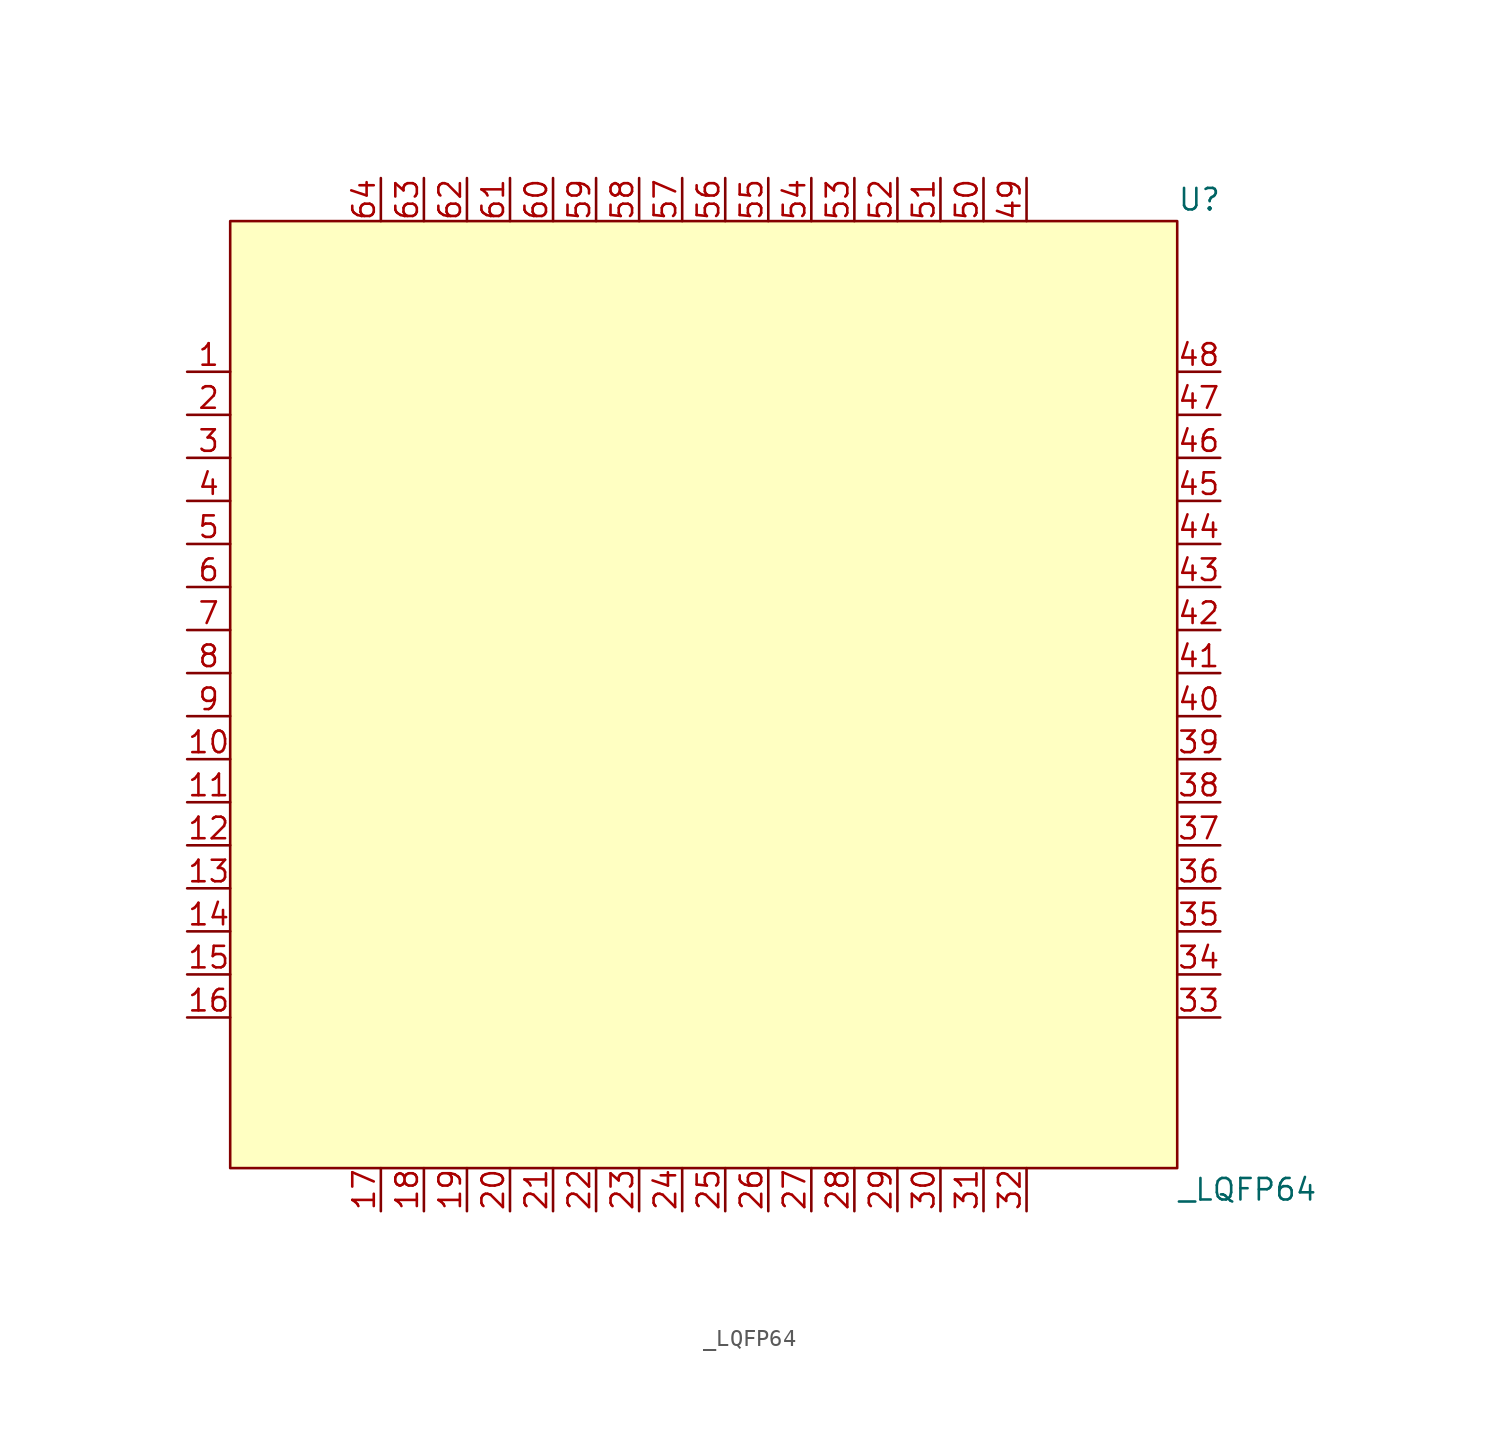
<source format=kicad_sym>
(kicad_symbol_lib
  (version 20241209)
  (generator "kicad_symbol_editor")
  (generator_version "9.0")
  (symbol "_LQFP64"
    (property "Reference" "U"
      (at 27.94 29.21 0)
      (effects (font (size 1.27 1.27)) (justify left)))
    (property "Value" "_LQFP64"
      (at 27.94 -29.21 0)
      (effects (font (size 1.27 1.27)) (justify left)))
    (symbol "_LQFP64_0_0"
      (pin unspecified line (at -30.48 19.05 0) (length 2.54) (name "" (effects (font (size 1.27 1.27)))) (number "1" (effects (font (size 1.27 1.27)))))
      (pin unspecified line (at -30.48 16.51 0) (length 2.54) (name "" (effects (font (size 1.27 1.27)))) (number "2" (effects (font (size 1.27 1.27)))))
      (pin unspecified line (at -30.48 13.97 0) (length 2.54) (name "" (effects (font (size 1.27 1.27)))) (number "3" (effects (font (size 1.27 1.27)))))
      (pin unspecified line (at -30.48 11.43 0) (length 2.54) (name "" (effects (font (size 1.27 1.27)))) (number "4" (effects (font (size 1.27 1.27)))))
      (pin unspecified line (at -30.48 8.89 0) (length 2.54) (name "" (effects (font (size 1.27 1.27)))) (number "5" (effects (font (size 1.27 1.27)))))
      (pin unspecified line (at -30.48 6.35 0) (length 2.54) (name "" (effects (font (size 1.27 1.27)))) (number "6" (effects (font (size 1.27 1.27)))))
      (pin unspecified line (at -30.48 3.81 0) (length 2.54) (name "" (effects (font (size 1.27 1.27)))) (number "7" (effects (font (size 1.27 1.27)))))
      (pin unspecified line (at -30.48 1.27 0) (length 2.54) (name "" (effects (font (size 1.27 1.27)))) (number "8" (effects (font (size 1.27 1.27)))))
      (pin unspecified line (at -30.48 -1.27 0) (length 2.54) (name "" (effects (font (size 1.27 1.27)))) (number "9" (effects (font (size 1.27 1.27)))))
      (pin unspecified line (at -30.48 -3.81 0) (length 2.54) (name "" (effects (font (size 1.27 1.27)))) (number "10" (effects (font (size 1.27 1.27)))))
      (pin unspecified line (at -30.48 -6.35 0) (length 2.54) (name "" (effects (font (size 1.27 1.27)))) (number "11" (effects (font (size 1.27 1.27)))))
      (pin unspecified line (at -30.48 -8.89 0) (length 2.54) (name "" (effects (font (size 1.27 1.27)))) (number "12" (effects (font (size 1.27 1.27)))))
      (pin unspecified line (at -30.48 -11.43 0) (length 2.54) (name "" (effects (font (size 1.27 1.27)))) (number "13" (effects (font (size 1.27 1.27)))))
      (pin unspecified line (at -30.48 -13.97 0) (length 2.54) (name "" (effects (font (size 1.27 1.27)))) (number "14" (effects (font (size 1.27 1.27)))))
      (pin unspecified line (at -30.48 -16.51 0) (length 2.54) (name "" (effects (font (size 1.27 1.27)))) (number "15" (effects (font (size 1.27 1.27)))))
      (pin unspecified line (at -30.48 -19.05 0) (length 2.54) (name "" (effects (font (size 1.27 1.27)))) (number "16" (effects (font (size 1.27 1.27)))))
      (pin unspecified line (at -19.05 30.48 270) (length 2.54) (name "" (effects (font (size 1.27 1.27)))) (number "64" (effects (font (size 1.27 1.27)))))
      (pin unspecified line (at -19.05 -30.48 90) (length 2.54) (name "" (effects (font (size 1.27 1.27)))) (number "17" (effects (font (size 1.27 1.27)))))
      (pin unspecified line (at -16.51 30.48 270) (length 2.54) (name "" (effects (font (size 1.27 1.27)))) (number "63" (effects (font (size 1.27 1.27)))))
      (pin unspecified line (at -16.51 -30.48 90) (length 2.54) (name "" (effects (font (size 1.27 1.27)))) (number "18" (effects (font (size 1.27 1.27)))))
      (pin unspecified line (at -13.97 30.48 270) (length 2.54) (name "" (effects (font (size 1.27 1.27)))) (number "62" (effects (font (size 1.27 1.27)))))
      (pin unspecified line (at -13.97 -30.48 90) (length 2.54) (name "" (effects (font (size 1.27 1.27)))) (number "19" (effects (font (size 1.27 1.27)))))
      (pin unspecified line (at -11.43 30.48 270) (length 2.54) (name "" (effects (font (size 1.27 1.27)))) (number "61" (effects (font (size 1.27 1.27)))))
      (pin unspecified line (at -11.43 -30.48 90) (length 2.54) (name "" (effects (font (size 1.27 1.27)))) (number "20" (effects (font (size 1.27 1.27)))))
      (pin unspecified line (at -8.89 30.48 270) (length 2.54) (name "" (effects (font (size 1.27 1.27)))) (number "60" (effects (font (size 1.27 1.27)))))
      (pin unspecified line (at -8.89 -30.48 90) (length 2.54) (name "" (effects (font (size 1.27 1.27)))) (number "21" (effects (font (size 1.27 1.27)))))
      (pin unspecified line (at -6.35 30.48 270) (length 2.54) (name "" (effects (font (size 1.27 1.27)))) (number "59" (effects (font (size 1.27 1.27)))))
      (pin unspecified line (at -6.35 -30.48 90) (length 2.54) (name "" (effects (font (size 1.27 1.27)))) (number "22" (effects (font (size 1.27 1.27)))))
      (pin unspecified line (at -3.81 30.48 270) (length 2.54) (name "" (effects (font (size 1.27 1.27)))) (number "58" (effects (font (size 1.27 1.27)))))
      (pin unspecified line (at -3.81 -30.48 90) (length 2.54) (name "" (effects (font (size 1.27 1.27)))) (number "23" (effects (font (size 1.27 1.27)))))
      (pin unspecified line (at 3.81 30.48 270) (length 2.54) (name "" (effects (font (size 1.27 1.27)))) (number "55" (effects (font (size 1.27 1.27)))))
      (pin unspecified line (at 3.81 -30.48 90) (length 2.54) (name "" (effects (font (size 1.27 1.27)))) (number "26" (effects (font (size 1.27 1.27)))))
      (pin unspecified line (at 6.35 30.48 270) (length 2.54) (name "" (effects (font (size 1.27 1.27)))) (number "54" (effects (font (size 1.27 1.27)))))
      (pin unspecified line (at 6.35 -30.48 90) (length 2.54) (name "" (effects (font (size 1.27 1.27)))) (number "27" (effects (font (size 1.27 1.27)))))
      (pin unspecified line (at 8.89 30.48 270) (length 2.54) (name "" (effects (font (size 1.27 1.27)))) (number "53" (effects (font (size 1.27 1.27)))))
      (pin unspecified line (at 8.89 -30.48 90) (length 2.54) (name "" (effects (font (size 1.27 1.27)))) (number "28" (effects (font (size 1.27 1.27)))))
      (pin unspecified line (at 11.43 30.48 270) (length 2.54) (name "" (effects (font (size 1.27 1.27)))) (number "52" (effects (font (size 1.27 1.27)))))
      (pin unspecified line (at 11.43 -30.48 90) (length 2.54) (name "" (effects (font (size 1.27 1.27)))) (number "29" (effects (font (size 1.27 1.27)))))
      (pin unspecified line (at 13.97 30.48 270) (length 2.54) (name "" (effects (font (size 1.27 1.27)))) (number "51" (effects (font (size 1.27 1.27)))))
      (pin unspecified line (at 13.97 -30.48 90) (length 2.54) (name "" (effects (font (size 1.27 1.27)))) (number "30" (effects (font (size 1.27 1.27)))))
      (pin unspecified line (at 16.51 30.48 270) (length 2.54) (name "" (effects (font (size 1.27 1.27)))) (number "50" (effects (font (size 1.27 1.27)))))
      (pin unspecified line (at 16.51 -30.48 90) (length 2.54) (name "" (effects (font (size 1.27 1.27)))) (number "31" (effects (font (size 1.27 1.27)))))
      (pin unspecified line (at 19.05 30.48 270) (length 2.54) (name "" (effects (font (size 1.27 1.27)))) (number "49" (effects (font (size 1.27 1.27)))))
      (pin unspecified line (at 19.05 -30.48 90) (length 2.54) (name "" (effects (font (size 1.27 1.27)))) (number "32" (effects (font (size 1.27 1.27)))))
      (pin unspecified line (at 30.48 19.05 180) (length 2.54) (name "" (effects (font (size 1.27 1.27)))) (number "48" (effects (font (size 1.27 1.27)))))
      (pin unspecified line (at 30.48 16.51 180) (length 2.54) (name "" (effects (font (size 1.27 1.27)))) (number "47" (effects (font (size 1.27 1.27)))))
      (pin unspecified line (at 30.48 13.97 180) (length 2.54) (name "" (effects (font (size 1.27 1.27)))) (number "46" (effects (font (size 1.27 1.27)))))
      (pin unspecified line (at 30.48 11.43 180) (length 2.54) (name "" (effects (font (size 1.27 1.27)))) (number "45" (effects (font (size 1.27 1.27)))))
      (pin unspecified line (at 30.48 8.89 180) (length 2.54) (name "" (effects (font (size 1.27 1.27)))) (number "44" (effects (font (size 1.27 1.27)))))
      (pin unspecified line (at 30.48 6.35 180) (length 2.54) (name "" (effects (font (size 1.27 1.27)))) (number "43" (effects (font (size 1.27 1.27)))))
      (pin unspecified line (at 30.48 3.81 180) (length 2.54) (name "" (effects (font (size 1.27 1.27)))) (number "42" (effects (font (size 1.27 1.27)))))
      (pin unspecified line (at 30.48 -3.81 180) (length 2.54) (name "" (effects (font (size 1.27 1.27)))) (number "39" (effects (font (size 1.27 1.27)))))
      (pin unspecified line (at 30.48 -6.35 180) (length 2.54) (name "" (effects (font (size 1.27 1.27)))) (number "38" (effects (font (size 1.27 1.27)))))
      (pin unspecified line (at 30.48 -8.89 180) (length 2.54) (name "" (effects (font (size 1.27 1.27)))) (number "37" (effects (font (size 1.27 1.27)))))
      (pin unspecified line (at 30.48 -11.43 180) (length 2.54) (name "" (effects (font (size 1.27 1.27)))) (number "36" (effects (font (size 1.27 1.27)))))
      (pin unspecified line (at 30.48 -13.97 180) (length 2.54) (name "" (effects (font (size 1.27 1.27)))) (number "35" (effects (font (size 1.27 1.27)))))
      (pin unspecified line (at 30.48 -16.51 180) (length 2.54) (name "" (effects (font (size 1.27 1.27)))) (number "34" (effects (font (size 1.27 1.27)))))
      (pin unspecified line (at 30.48 -19.05 180) (length 2.54) (name "" (effects (font (size 1.27 1.27)))) (number "33" (effects (font (size 1.27 1.27))))))
    (symbol "_LQFP64_1_0"
      (pin unspecified line (at -1.27 30.48 270) (length 2.54) (name "" (effects (font (size 1.27 1.27)))) (number "57" (effects (font (size 1.27 1.27)))))
      (pin unspecified line (at -1.27 -30.48 90) (length 2.54) (name "" (effects (font (size 1.27 1.27)))) (number "24" (effects (font (size 1.27 1.27)))))
      (pin unspecified line (at 1.27 30.48 270) (length 2.54) (name "" (effects (font (size 1.27 1.27)))) (number "56" (effects (font (size 1.27 1.27)))))
      (pin unspecified line (at 1.27 -30.48 90) (length 2.54) (name "" (effects (font (size 1.27 1.27)))) (number "25" (effects (font (size 1.27 1.27)))))
      (pin unspecified line (at 30.48 1.27 180) (length 2.54) (name "" (effects (font (size 1.27 1.27)))) (number "41" (effects (font (size 1.27 1.27)))))
      (pin unspecified line (at 30.48 -1.27 180) (length 2.54) (name "" (effects (font (size 1.27 1.27)))) (number "40" (effects (font (size 1.27 1.27))))))
    (symbol "_LQFP64_1_1"
      (rectangle (start -27.94 27.94) (end 27.94 -27.94) (stroke (width 0) (type solid)) (fill (type background))))))
</source>
